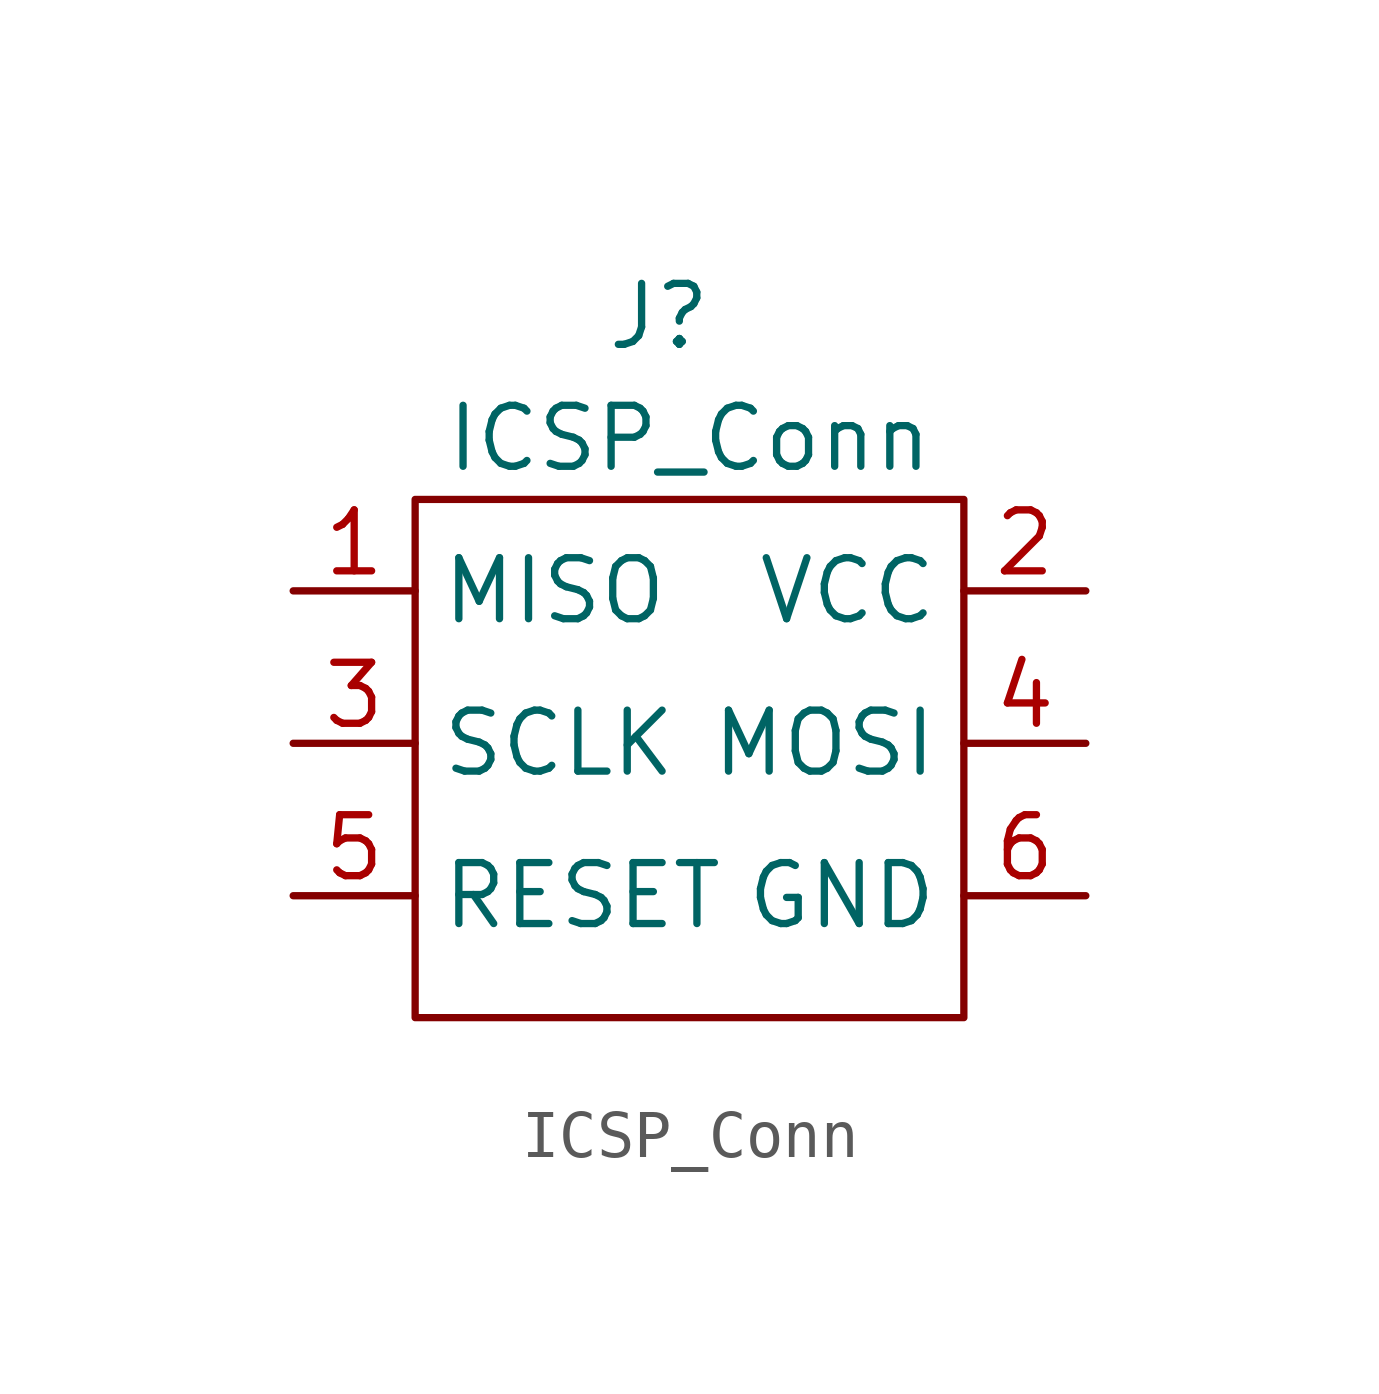
<source format=kicad_sym>
(kicad_symbol_lib
  (version 20211014)
  (generator kicad_symbol_editor)
  (symbol "ICSP_Conn"
    (property "Reference" "J"
      (at 1.905 1.905 0)
      (effects (font (size 1.27 1.27))))
    (property "Value" "ICSP_Conn"
      (at 2.54 -0.635 0)
      (effects (font (size 1.27 1.27))))
    (symbol "ICSP_Conn_0_1"
      (rectangle (start -3.175 -1.905) (end 8.255 -12.7) (stroke (width 0.152) (type default) (color 0 0 0 0)) (fill (type none))))
    (symbol "ICSP_Conn_1_1"
      (pin input line (at -5.715 -3.81 0) (length 2.54) (name "MISO" (effects (font (size 1.27 1.27)))) (number "1" (effects (font (size 1.27 1.27)))))
      (pin input line (at 10.795 -3.81 180) (length 2.54) (name "VCC" (effects (font (size 1.27 1.27)))) (number "2" (effects (font (size 1.27 1.27)))))
      (pin input line (at -5.715 -6.985 0) (length 2.54) (name "SCLK" (effects (font (size 1.27 1.27)))) (number "3" (effects (font (size 1.27 1.27)))))
      (pin input line (at 10.795 -6.985 180) (length 2.54) (name "MOSI" (effects (font (size 1.27 1.27)))) (number "4" (effects (font (size 1.27 1.27)))))
      (pin input line (at -5.715 -10.16 0) (length 2.54) (name "RESET" (effects (font (size 1.27 1.27)))) (number "5" (effects (font (size 1.27 1.27)))))
      (pin input line (at 10.795 -10.16 180) (length 2.54) (name "GND" (effects (font (size 1.27 1.27)))) (number "6" (effects (font (size 1.27 1.27))))))))
</source>
